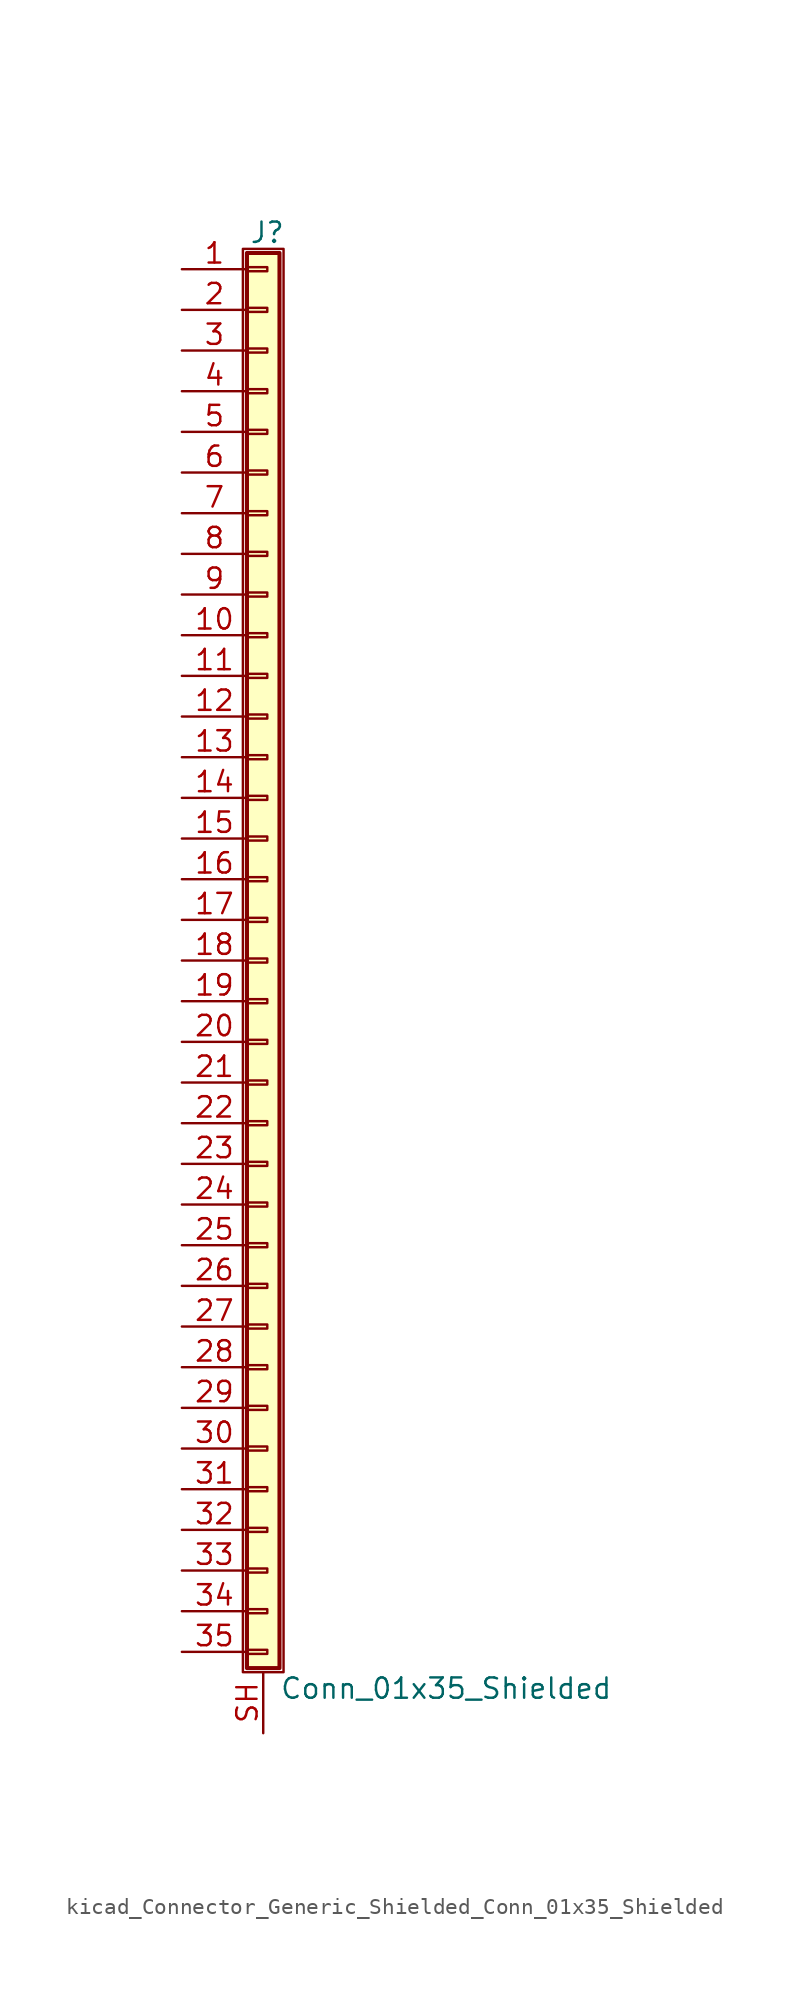
<source format=kicad_sym>
(kicad_symbol_lib
  (version 20220914)
  (generator kicad_symbol_editor)
  (symbol "kicad_Connector_Generic_Shielded_Conn_01x35_Shielded"
    (pin_names
      (offset 1.016) hide)
    (property "Reference" "J"
      (at 0.254 45.466 0)
      (effects (font (size 1.27 1.27))))
    (property "Value" "Conn_01x35_Shielded"
      (at 1.016 -45.466 0)
      (effects (font (size 1.27 1.27)) (justify left)))
    (symbol "kicad_Connector_Generic_Shielded_Conn_01x35_Shielded_1_1"
      (rectangle (start -1.27 44.45) (end 1.27 -44.45) (stroke (width 0.152) (type default)) (fill (type none)))
      (rectangle (start -1.016 -43.053) (end 0.254 -43.307) (stroke (width 0.152) (type default)) (fill (type none)))
      (rectangle (start -1.016 -40.513) (end 0.254 -40.767) (stroke (width 0.152) (type default)) (fill (type none)))
      (rectangle (start -1.016 -37.973) (end 0.254 -38.227) (stroke (width 0.152) (type default)) (fill (type none)))
      (rectangle (start -1.016 -35.433) (end 0.254 -35.687) (stroke (width 0.152) (type default)) (fill (type none)))
      (rectangle (start -1.016 -32.893) (end 0.254 -33.147) (stroke (width 0.152) (type default)) (fill (type none)))
      (rectangle (start -1.016 -30.353) (end 0.254 -30.607) (stroke (width 0.152) (type default)) (fill (type none)))
      (rectangle (start -1.016 -27.813) (end 0.254 -28.067) (stroke (width 0.152) (type default)) (fill (type none)))
      (rectangle (start -1.016 -25.273) (end 0.254 -25.527) (stroke (width 0.152) (type default)) (fill (type none)))
      (rectangle (start -1.016 -22.733) (end 0.254 -22.987) (stroke (width 0.152) (type default)) (fill (type none)))
      (rectangle (start -1.016 -20.193) (end 0.254 -20.447) (stroke (width 0.152) (type default)) (fill (type none)))
      (rectangle (start -1.016 -17.653) (end 0.254 -17.907) (stroke (width 0.152) (type default)) (fill (type none)))
      (rectangle (start -1.016 -15.113) (end 0.254 -15.367) (stroke (width 0.152) (type default)) (fill (type none)))
      (rectangle (start -1.016 -12.573) (end 0.254 -12.827) (stroke (width 0.152) (type default)) (fill (type none)))
      (rectangle (start -1.016 -10.033) (end 0.254 -10.287) (stroke (width 0.152) (type default)) (fill (type none)))
      (rectangle (start -1.016 -7.493) (end 0.254 -7.747) (stroke (width 0.152) (type default)) (fill (type none)))
      (rectangle (start -1.016 -4.953) (end 0.254 -5.207) (stroke (width 0.152) (type default)) (fill (type none)))
      (rectangle (start -1.016 -2.413) (end 0.254 -2.667) (stroke (width 0.152) (type default)) (fill (type none)))
      (rectangle (start -1.016 0.127) (end 0.254 -0.127) (stroke (width 0.152) (type default)) (fill (type none)))
      (rectangle (start -1.016 2.667) (end 0.254 2.413) (stroke (width 0.152) (type default)) (fill (type none)))
      (rectangle (start -1.016 5.207) (end 0.254 4.953) (stroke (width 0.152) (type default)) (fill (type none)))
      (rectangle (start -1.016 7.747) (end 0.254 7.493) (stroke (width 0.152) (type default)) (fill (type none)))
      (rectangle (start -1.016 10.287) (end 0.254 10.033) (stroke (width 0.152) (type default)) (fill (type none)))
      (rectangle (start -1.016 12.827) (end 0.254 12.573) (stroke (width 0.152) (type default)) (fill (type none)))
      (rectangle (start -1.016 15.367) (end 0.254 15.113) (stroke (width 0.152) (type default)) (fill (type none)))
      (rectangle (start -1.016 17.907) (end 0.254 17.653) (stroke (width 0.152) (type default)) (fill (type none)))
      (rectangle (start -1.016 20.447) (end 0.254 20.193) (stroke (width 0.152) (type default)) (fill (type none)))
      (rectangle (start -1.016 22.987) (end 0.254 22.733) (stroke (width 0.152) (type default)) (fill (type none)))
      (rectangle (start -1.016 25.527) (end 0.254 25.273) (stroke (width 0.152) (type default)) (fill (type none)))
      (rectangle (start -1.016 28.067) (end 0.254 27.813) (stroke (width 0.152) (type default)) (fill (type none)))
      (rectangle (start -1.016 30.607) (end 0.254 30.353) (stroke (width 0.152) (type default)) (fill (type none)))
      (rectangle (start -1.016 33.147) (end 0.254 32.893) (stroke (width 0.152) (type default)) (fill (type none)))
      (rectangle (start -1.016 35.687) (end 0.254 35.433) (stroke (width 0.152) (type default)) (fill (type none)))
      (rectangle (start -1.016 38.227) (end 0.254 37.973) (stroke (width 0.152) (type default)) (fill (type none)))
      (rectangle (start -1.016 40.767) (end 0.254 40.513) (stroke (width 0.152) (type default)) (fill (type none)))
      (rectangle (start -1.016 43.307) (end 0.254 43.053) (stroke (width 0.152) (type default)) (fill (type none)))
      (rectangle (start -1.016 44.196) (end 1.016 -44.196) (stroke (width 0.254) (type default)) (fill (type background)))
      (pin passive line (at -5.08 43.18 0) (length 4.064) (name "Pin_1" (effects (font (size 1.27 1.27)))) (number "1" (effects (font (size 1.27 1.27)))))
      (pin passive line (at -5.08 20.32 0) (length 4.064) (name "Pin_10" (effects (font (size 1.27 1.27)))) (number "10" (effects (font (size 1.27 1.27)))))
      (pin passive line (at -5.08 17.78 0) (length 4.064) (name "Pin_11" (effects (font (size 1.27 1.27)))) (number "11" (effects (font (size 1.27 1.27)))))
      (pin passive line (at -5.08 15.24 0) (length 4.064) (name "Pin_12" (effects (font (size 1.27 1.27)))) (number "12" (effects (font (size 1.27 1.27)))))
      (pin passive line (at -5.08 12.7 0) (length 4.064) (name "Pin_13" (effects (font (size 1.27 1.27)))) (number "13" (effects (font (size 1.27 1.27)))))
      (pin passive line (at -5.08 10.16 0) (length 4.064) (name "Pin_14" (effects (font (size 1.27 1.27)))) (number "14" (effects (font (size 1.27 1.27)))))
      (pin passive line (at -5.08 7.62 0) (length 4.064) (name "Pin_15" (effects (font (size 1.27 1.27)))) (number "15" (effects (font (size 1.27 1.27)))))
      (pin passive line (at -5.08 5.08 0) (length 4.064) (name "Pin_16" (effects (font (size 1.27 1.27)))) (number "16" (effects (font (size 1.27 1.27)))))
      (pin passive line (at -5.08 2.54 0) (length 4.064) (name "Pin_17" (effects (font (size 1.27 1.27)))) (number "17" (effects (font (size 1.27 1.27)))))
      (pin passive line (at -5.08 0 0) (length 4.064) (name "Pin_18" (effects (font (size 1.27 1.27)))) (number "18" (effects (font (size 1.27 1.27)))))
      (pin passive line (at -5.08 -2.54 0) (length 4.064) (name "Pin_19" (effects (font (size 1.27 1.27)))) (number "19" (effects (font (size 1.27 1.27)))))
      (pin passive line (at -5.08 40.64 0) (length 4.064) (name "Pin_2" (effects (font (size 1.27 1.27)))) (number "2" (effects (font (size 1.27 1.27)))))
      (pin passive line (at -5.08 -5.08 0) (length 4.064) (name "Pin_20" (effects (font (size 1.27 1.27)))) (number "20" (effects (font (size 1.27 1.27)))))
      (pin passive line (at -5.08 -7.62 0) (length 4.064) (name "Pin_21" (effects (font (size 1.27 1.27)))) (number "21" (effects (font (size 1.27 1.27)))))
      (pin passive line (at -5.08 -10.16 0) (length 4.064) (name "Pin_22" (effects (font (size 1.27 1.27)))) (number "22" (effects (font (size 1.27 1.27)))))
      (pin passive line (at -5.08 -12.7 0) (length 4.064) (name "Pin_23" (effects (font (size 1.27 1.27)))) (number "23" (effects (font (size 1.27 1.27)))))
      (pin passive line (at -5.08 -15.24 0) (length 4.064) (name "Pin_24" (effects (font (size 1.27 1.27)))) (number "24" (effects (font (size 1.27 1.27)))))
      (pin passive line (at -5.08 -17.78 0) (length 4.064) (name "Pin_25" (effects (font (size 1.27 1.27)))) (number "25" (effects (font (size 1.27 1.27)))))
      (pin passive line (at -5.08 -20.32 0) (length 4.064) (name "Pin_26" (effects (font (size 1.27 1.27)))) (number "26" (effects (font (size 1.27 1.27)))))
      (pin passive line (at -5.08 -22.86 0) (length 4.064) (name "Pin_27" (effects (font (size 1.27 1.27)))) (number "27" (effects (font (size 1.27 1.27)))))
      (pin passive line (at -5.08 -25.4 0) (length 4.064) (name "Pin_28" (effects (font (size 1.27 1.27)))) (number "28" (effects (font (size 1.27 1.27)))))
      (pin passive line (at -5.08 -27.94 0) (length 4.064) (name "Pin_29" (effects (font (size 1.27 1.27)))) (number "29" (effects (font (size 1.27 1.27)))))
      (pin passive line (at -5.08 38.1 0) (length 4.064) (name "Pin_3" (effects (font (size 1.27 1.27)))) (number "3" (effects (font (size 1.27 1.27)))))
      (pin passive line (at -5.08 -30.48 0) (length 4.064) (name "Pin_30" (effects (font (size 1.27 1.27)))) (number "30" (effects (font (size 1.27 1.27)))))
      (pin passive line (at -5.08 -33.02 0) (length 4.064) (name "Pin_31" (effects (font (size 1.27 1.27)))) (number "31" (effects (font (size 1.27 1.27)))))
      (pin passive line (at -5.08 -35.56 0) (length 4.064) (name "Pin_32" (effects (font (size 1.27 1.27)))) (number "32" (effects (font (size 1.27 1.27)))))
      (pin passive line (at -5.08 -38.1 0) (length 4.064) (name "Pin_33" (effects (font (size 1.27 1.27)))) (number "33" (effects (font (size 1.27 1.27)))))
      (pin passive line (at -5.08 -40.64 0) (length 4.064) (name "Pin_34" (effects (font (size 1.27 1.27)))) (number "34" (effects (font (size 1.27 1.27)))))
      (pin passive line (at -5.08 -43.18 0) (length 4.064) (name "Pin_35" (effects (font (size 1.27 1.27)))) (number "35" (effects (font (size 1.27 1.27)))))
      (pin passive line (at -5.08 35.56 0) (length 4.064) (name "Pin_4" (effects (font (size 1.27 1.27)))) (number "4" (effects (font (size 1.27 1.27)))))
      (pin passive line (at -5.08 33.02 0) (length 4.064) (name "Pin_5" (effects (font (size 1.27 1.27)))) (number "5" (effects (font (size 1.27 1.27)))))
      (pin passive line (at -5.08 30.48 0) (length 4.064) (name "Pin_6" (effects (font (size 1.27 1.27)))) (number "6" (effects (font (size 1.27 1.27)))))
      (pin passive line (at -5.08 27.94 0) (length 4.064) (name "Pin_7" (effects (font (size 1.27 1.27)))) (number "7" (effects (font (size 1.27 1.27)))))
      (pin passive line (at -5.08 25.4 0) (length 4.064) (name "Pin_8" (effects (font (size 1.27 1.27)))) (number "8" (effects (font (size 1.27 1.27)))))
      (pin passive line (at -5.08 22.86 0) (length 4.064) (name "Pin_9" (effects (font (size 1.27 1.27)))) (number "9" (effects (font (size 1.27 1.27)))))
      (pin passive line (at 0 -48.26 90) (length 3.81) (name "Shield" (effects (font (size 1.27 1.27)))) (number "SH" (effects (font (size 1.27 1.27))))))))
</source>
